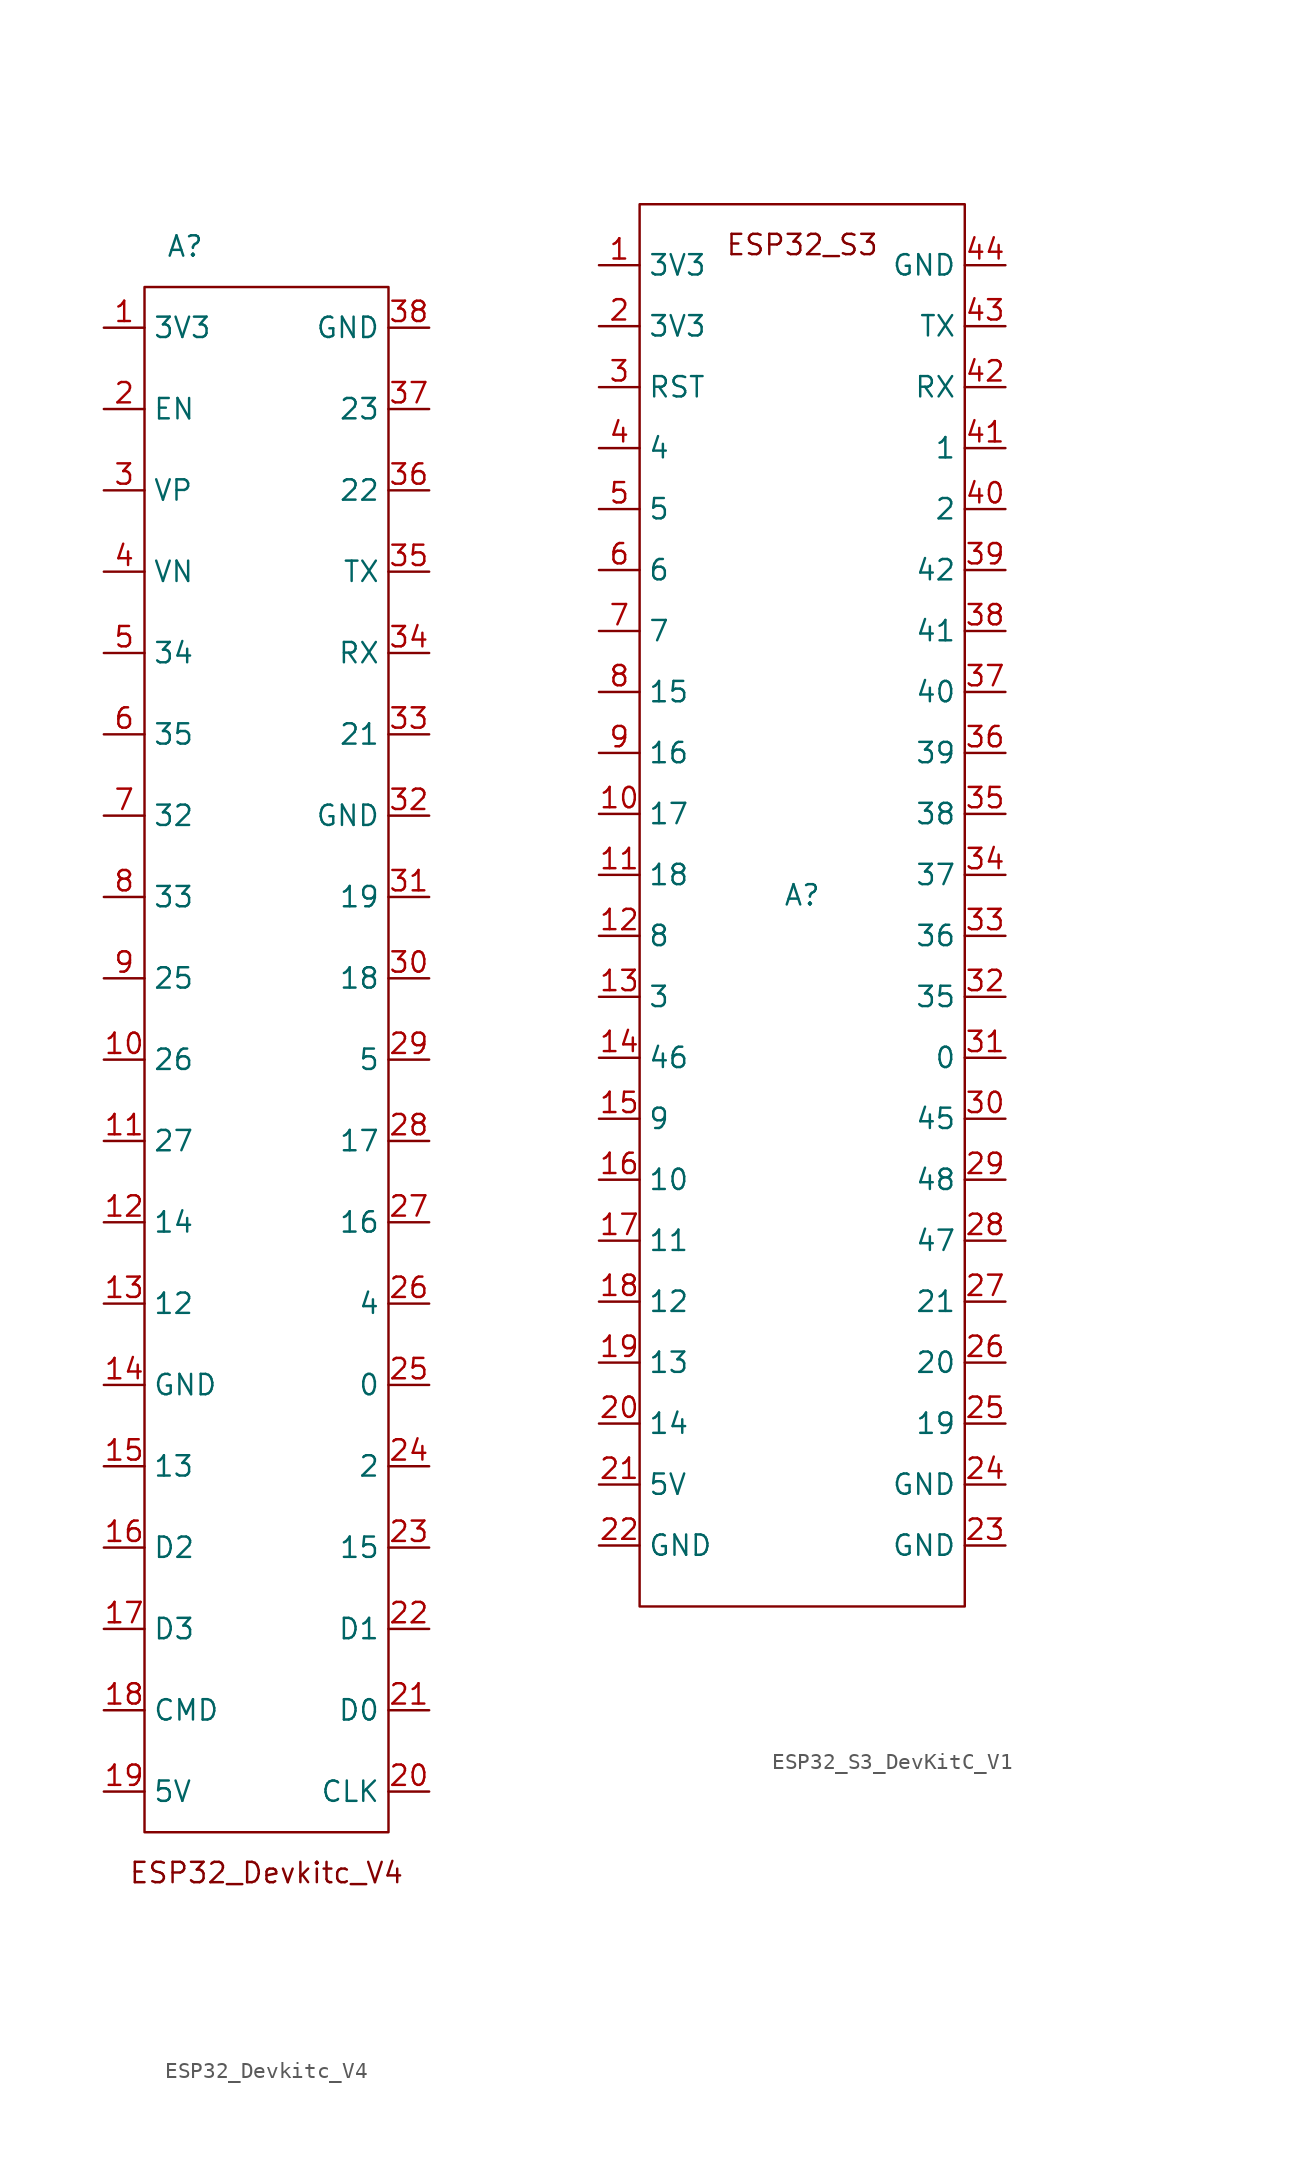
<source format=kicad_sym>
(kicad_symbol_lib
  (version 20220914)
  (generator kicad_symbol_editor)
  (symbol "ESP32_Devkitc_V4"
    (property "Reference" "A"
      (at -5.08 50.8 0)
      (effects (font (size 1.27 1.27))))
    (property "Value" ""
      (at -0.254 0 0)
      (effects (font (size 1.27 1.27))))
    (symbol "ESP32_Devkitc_V4_0_1"
      (rectangle (start -7.62 48.26) (end 7.62 -48.26) (stroke (width 0) (type default)) (fill (type none))))
    (symbol "ESP32_Devkitc_V4_1_1"
      (text "ESP32_Devkitc_V4" (at 0 -50.8 0) (effects (font (size 1.27 1.27))))
      (pin input line (at -10.16 45.72 0) (length 2.54) (name "3V3" (effects (font (size 1.27 1.27)))) (number "1" (effects (font (size 1.27 1.27)))))
      (pin input line (at -10.16 0 0) (length 2.54) (name "26" (effects (font (size 1.27 1.27)))) (number "10" (effects (font (size 1.27 1.27)))))
      (pin input line (at -10.16 -5.08 0) (length 2.54) (name "27" (effects (font (size 1.27 1.27)))) (number "11" (effects (font (size 1.27 1.27)))))
      (pin input line (at -10.16 -10.16 0) (length 2.54) (name "14" (effects (font (size 1.27 1.27)))) (number "12" (effects (font (size 1.27 1.27)))))
      (pin input line (at -10.16 -15.24 0) (length 2.54) (name "12" (effects (font (size 1.27 1.27)))) (number "13" (effects (font (size 1.27 1.27)))))
      (pin input line (at -10.16 -20.32 0) (length 2.54) (name "GND" (effects (font (size 1.27 1.27)))) (number "14" (effects (font (size 1.27 1.27)))))
      (pin input line (at -10.16 -25.4 0) (length 2.54) (name "13" (effects (font (size 1.27 1.27)))) (number "15" (effects (font (size 1.27 1.27)))))
      (pin input line (at -10.16 -30.48 0) (length 2.54) (name "D2" (effects (font (size 1.27 1.27)))) (number "16" (effects (font (size 1.27 1.27)))))
      (pin input line (at -10.16 -35.56 0) (length 2.54) (name "D3" (effects (font (size 1.27 1.27)))) (number "17" (effects (font (size 1.27 1.27)))))
      (pin input line (at -10.16 -40.64 0) (length 2.54) (name "CMD" (effects (font (size 1.27 1.27)))) (number "18" (effects (font (size 1.27 1.27)))))
      (pin input line (at -10.16 -45.72 0) (length 2.54) (name "5V" (effects (font (size 1.27 1.27)))) (number "19" (effects (font (size 1.27 1.27)))))
      (pin input line (at -10.16 40.64 0) (length 2.54) (name "EN" (effects (font (size 1.27 1.27)))) (number "2" (effects (font (size 1.27 1.27)))))
      (pin input line (at 10.16 -45.72 180) (length 2.54) (name "CLK" (effects (font (size 1.27 1.27)))) (number "20" (effects (font (size 1.27 1.27)))))
      (pin input line (at 10.16 -40.64 180) (length 2.54) (name "D0" (effects (font (size 1.27 1.27)))) (number "21" (effects (font (size 1.27 1.27)))))
      (pin input line (at 10.16 -35.56 180) (length 2.54) (name "D1" (effects (font (size 1.27 1.27)))) (number "22" (effects (font (size 1.27 1.27)))))
      (pin input line (at 10.16 -30.48 180) (length 2.54) (name "15" (effects (font (size 1.27 1.27)))) (number "23" (effects (font (size 1.27 1.27)))))
      (pin input line (at 10.16 -25.4 180) (length 2.54) (name "2" (effects (font (size 1.27 1.27)))) (number "24" (effects (font (size 1.27 1.27)))))
      (pin input line (at 10.16 -20.32 180) (length 2.54) (name "0" (effects (font (size 1.27 1.27)))) (number "25" (effects (font (size 1.27 1.27)))))
      (pin input line (at 10.16 -15.24 180) (length 2.54) (name "4" (effects (font (size 1.27 1.27)))) (number "26" (effects (font (size 1.27 1.27)))))
      (pin input line (at 10.16 -10.16 180) (length 2.54) (name "16" (effects (font (size 1.27 1.27)))) (number "27" (effects (font (size 1.27 1.27)))))
      (pin input line (at 10.16 -5.08 180) (length 2.54) (name "17" (effects (font (size 1.27 1.27)))) (number "28" (effects (font (size 1.27 1.27)))))
      (pin input line (at 10.16 0 180) (length 2.54) (name "5" (effects (font (size 1.27 1.27)))) (number "29" (effects (font (size 1.27 1.27)))))
      (pin input line (at -10.16 35.56 0) (length 2.54) (name "VP" (effects (font (size 1.27 1.27)))) (number "3" (effects (font (size 1.27 1.27)))))
      (pin input line (at 10.16 5.08 180) (length 2.54) (name "18" (effects (font (size 1.27 1.27)))) (number "30" (effects (font (size 1.27 1.27)))))
      (pin input line (at 10.16 10.16 180) (length 2.54) (name "19" (effects (font (size 1.27 1.27)))) (number "31" (effects (font (size 1.27 1.27)))))
      (pin input line (at 10.16 15.24 180) (length 2.54) (name "GND" (effects (font (size 1.27 1.27)))) (number "32" (effects (font (size 1.27 1.27)))))
      (pin input line (at 10.16 20.32 180) (length 2.54) (name "21" (effects (font (size 1.27 1.27)))) (number "33" (effects (font (size 1.27 1.27)))))
      (pin input line (at 10.16 25.4 180) (length 2.54) (name "RX" (effects (font (size 1.27 1.27)))) (number "34" (effects (font (size 1.27 1.27)))))
      (pin input line (at 10.16 30.48 180) (length 2.54) (name "TX" (effects (font (size 1.27 1.27)))) (number "35" (effects (font (size 1.27 1.27)))))
      (pin input line (at 10.16 35.56 180) (length 2.54) (name "22" (effects (font (size 1.27 1.27)))) (number "36" (effects (font (size 1.27 1.27)))))
      (pin input line (at 10.16 40.64 180) (length 2.54) (name "23" (effects (font (size 1.27 1.27)))) (number "37" (effects (font (size 1.27 1.27)))))
      (pin input line (at 10.16 45.72 180) (length 2.54) (name "GND" (effects (font (size 1.27 1.27)))) (number "38" (effects (font (size 1.27 1.27)))))
      (pin input line (at -10.16 30.48 0) (length 2.54) (name "VN" (effects (font (size 1.27 1.27)))) (number "4" (effects (font (size 1.27 1.27)))))
      (pin input line (at -10.16 25.4 0) (length 2.54) (name "34" (effects (font (size 1.27 1.27)))) (number "5" (effects (font (size 1.27 1.27)))))
      (pin input line (at -10.16 20.32 0) (length 2.54) (name "35" (effects (font (size 1.27 1.27)))) (number "6" (effects (font (size 1.27 1.27)))))
      (pin input line (at -10.16 15.24 0) (length 2.54) (name "32" (effects (font (size 1.27 1.27)))) (number "7" (effects (font (size 1.27 1.27)))))
      (pin input line (at -10.16 10.16 0) (length 2.54) (name "33" (effects (font (size 1.27 1.27)))) (number "8" (effects (font (size 1.27 1.27)))))
      (pin input line (at -10.16 5.08 0) (length 2.54) (name "25" (effects (font (size 1.27 1.27)))) (number "9" (effects (font (size 1.27 1.27)))))))
  (symbol "ESP32_S3_DevKitC_V1"
    (property "Reference" "A"
      (at 0 0 0)
      (effects (font (size 1.27 1.27))))
    (property "Value" ""
      (at 24.13 0 0)
      (effects (font (size 1.27 1.27))))
    (symbol "ESP32_S3_DevKitC_V1_0_1"
      (rectangle (start -10.16 43.18) (end 10.16 -44.45) (stroke (width 0) (type default)) (fill (type none))))
    (symbol "ESP32_S3_DevKitC_V1_1_1"
      (text "ESP32_S3" (at 0 40.64 0) (effects (font (size 1.27 1.27))))
      (pin power_out line (at -12.7 39.37 0) (length 2.54) (name "3V3" (effects (font (size 1.27 1.27)))) (number "1" (effects (font (size 1.27 1.27)))))
      (pin bidirectional line (at -12.7 5.08 0) (length 2.54) (name "17" (effects (font (size 1.27 1.27)))) (number "10" (effects (font (size 1.27 1.27)))))
      (pin bidirectional line (at -12.7 1.27 0) (length 2.54) (name "18" (effects (font (size 1.27 1.27)))) (number "11" (effects (font (size 1.27 1.27)))))
      (pin bidirectional line (at -12.7 -2.54 0) (length 2.54) (name "8" (effects (font (size 1.27 1.27)))) (number "12" (effects (font (size 1.27 1.27)))))
      (pin bidirectional line (at -12.7 -6.35 0) (length 2.54) (name "3" (effects (font (size 1.27 1.27)))) (number "13" (effects (font (size 1.27 1.27)))))
      (pin bidirectional line (at -12.7 -10.16 0) (length 2.54) (name "46" (effects (font (size 1.27 1.27)))) (number "14" (effects (font (size 1.27 1.27)))))
      (pin bidirectional line (at -12.7 -13.97 0) (length 2.54) (name "9" (effects (font (size 1.27 1.27)))) (number "15" (effects (font (size 1.27 1.27)))))
      (pin bidirectional line (at -12.7 -17.78 0) (length 2.54) (name "10" (effects (font (size 1.27 1.27)))) (number "16" (effects (font (size 1.27 1.27)))))
      (pin bidirectional line (at -12.7 -21.59 0) (length 2.54) (name "11" (effects (font (size 1.27 1.27)))) (number "17" (effects (font (size 1.27 1.27)))))
      (pin bidirectional line (at -12.7 -25.4 0) (length 2.54) (name "12" (effects (font (size 1.27 1.27)))) (number "18" (effects (font (size 1.27 1.27)))))
      (pin bidirectional line (at -12.7 -29.21 0) (length 2.54) (name "13" (effects (font (size 1.27 1.27)))) (number "19" (effects (font (size 1.27 1.27)))))
      (pin power_out line (at -12.7 35.56 0) (length 2.54) (name "3V3" (effects (font (size 1.27 1.27)))) (number "2" (effects (font (size 1.27 1.27)))))
      (pin bidirectional line (at -12.7 -33.02 0) (length 2.54) (name "14" (effects (font (size 1.27 1.27)))) (number "20" (effects (font (size 1.27 1.27)))))
      (pin power_in line (at -12.7 -36.83 0) (length 2.54) (name "5V" (effects (font (size 1.27 1.27)))) (number "21" (effects (font (size 1.27 1.27)))))
      (pin power_in line (at -12.7 -40.64 0) (length 2.54) (name "GND" (effects (font (size 1.27 1.27)))) (number "22" (effects (font (size 1.27 1.27)))))
      (pin power_in line (at 12.7 -40.64 180) (length 2.54) (name "GND" (effects (font (size 1.27 1.27)))) (number "23" (effects (font (size 1.27 1.27)))))
      (pin power_in line (at 12.7 -36.83 180) (length 2.54) (name "GND" (effects (font (size 1.27 1.27)))) (number "24" (effects (font (size 1.27 1.27)))))
      (pin bidirectional line (at 12.7 -33.02 180) (length 2.54) (name "19" (effects (font (size 1.27 1.27)))) (number "25" (effects (font (size 1.27 1.27)))))
      (pin bidirectional line (at 12.7 -29.21 180) (length 2.54) (name "20" (effects (font (size 1.27 1.27)))) (number "26" (effects (font (size 1.27 1.27)))))
      (pin bidirectional line (at 12.7 -25.4 180) (length 2.54) (name "21" (effects (font (size 1.27 1.27)))) (number "27" (effects (font (size 1.27 1.27)))))
      (pin bidirectional line (at 12.7 -21.59 180) (length 2.54) (name "47" (effects (font (size 1.27 1.27)))) (number "28" (effects (font (size 1.27 1.27)))))
      (pin bidirectional line (at 12.7 -17.78 180) (length 2.54) (name "48" (effects (font (size 1.27 1.27)))) (number "29" (effects (font (size 1.27 1.27)))))
      (pin input line (at -12.7 31.75 0) (length 2.54) (name "RST" (effects (font (size 1.27 1.27)))) (number "3" (effects (font (size 1.27 1.27)))))
      (pin bidirectional line (at 12.7 -13.97 180) (length 2.54) (name "45" (effects (font (size 1.27 1.27)))) (number "30" (effects (font (size 1.27 1.27)))))
      (pin bidirectional line (at 12.7 -10.16 180) (length 2.54) (name "0" (effects (font (size 1.27 1.27)))) (number "31" (effects (font (size 1.27 1.27)))))
      (pin bidirectional line (at 12.7 -6.35 180) (length 2.54) (name "35" (effects (font (size 1.27 1.27)))) (number "32" (effects (font (size 1.27 1.27)))))
      (pin bidirectional line (at 12.7 -2.54 180) (length 2.54) (name "36" (effects (font (size 1.27 1.27)))) (number "33" (effects (font (size 1.27 1.27)))))
      (pin bidirectional line (at 12.7 1.27 180) (length 2.54) (name "37" (effects (font (size 1.27 1.27)))) (number "34" (effects (font (size 1.27 1.27)))))
      (pin bidirectional line (at 12.7 5.08 180) (length 2.54) (name "38" (effects (font (size 1.27 1.27)))) (number "35" (effects (font (size 1.27 1.27)))))
      (pin bidirectional line (at 12.7 8.89 180) (length 2.54) (name "39" (effects (font (size 1.27 1.27)))) (number "36" (effects (font (size 1.27 1.27)))))
      (pin bidirectional line (at 12.7 12.7 180) (length 2.54) (name "40" (effects (font (size 1.27 1.27)))) (number "37" (effects (font (size 1.27 1.27)))))
      (pin bidirectional line (at 12.7 16.51 180) (length 2.54) (name "41" (effects (font (size 1.27 1.27)))) (number "38" (effects (font (size 1.27 1.27)))))
      (pin bidirectional line (at 12.7 20.32 180) (length 2.54) (name "42" (effects (font (size 1.27 1.27)))) (number "39" (effects (font (size 1.27 1.27)))))
      (pin bidirectional line (at -12.7 27.94 0) (length 2.54) (name "4" (effects (font (size 1.27 1.27)))) (number "4" (effects (font (size 1.27 1.27)))))
      (pin bidirectional line (at 12.7 24.13 180) (length 2.54) (name "2" (effects (font (size 1.27 1.27)))) (number "40" (effects (font (size 1.27 1.27)))))
      (pin bidirectional line (at 12.7 27.94 180) (length 2.54) (name "1" (effects (font (size 1.27 1.27)))) (number "41" (effects (font (size 1.27 1.27)))))
      (pin bidirectional line (at 12.7 31.75 180) (length 2.54) (name "RX" (effects (font (size 1.27 1.27)))) (number "42" (effects (font (size 1.27 1.27)))))
      (pin bidirectional line (at 12.7 35.56 180) (length 2.54) (name "TX" (effects (font (size 1.27 1.27)))) (number "43" (effects (font (size 1.27 1.27)))))
      (pin power_in line (at 12.7 39.37 180) (length 2.54) (name "GND" (effects (font (size 1.27 1.27)))) (number "44" (effects (font (size 1.27 1.27)))))
      (pin bidirectional line (at -12.7 24.13 0) (length 2.54) (name "5" (effects (font (size 1.27 1.27)))) (number "5" (effects (font (size 1.27 1.27)))))
      (pin bidirectional line (at -12.7 20.32 0) (length 2.54) (name "6" (effects (font (size 1.27 1.27)))) (number "6" (effects (font (size 1.27 1.27)))))
      (pin bidirectional line (at -12.7 16.51 0) (length 2.54) (name "7" (effects (font (size 1.27 1.27)))) (number "7" (effects (font (size 1.27 1.27)))))
      (pin bidirectional line (at -12.7 12.7 0) (length 2.54) (name "15" (effects (font (size 1.27 1.27)))) (number "8" (effects (font (size 1.27 1.27)))))
      (pin bidirectional line (at -12.7 8.89 0) (length 2.54) (name "16" (effects (font (size 1.27 1.27)))) (number "9" (effects (font (size 1.27 1.27))))))))
</source>
